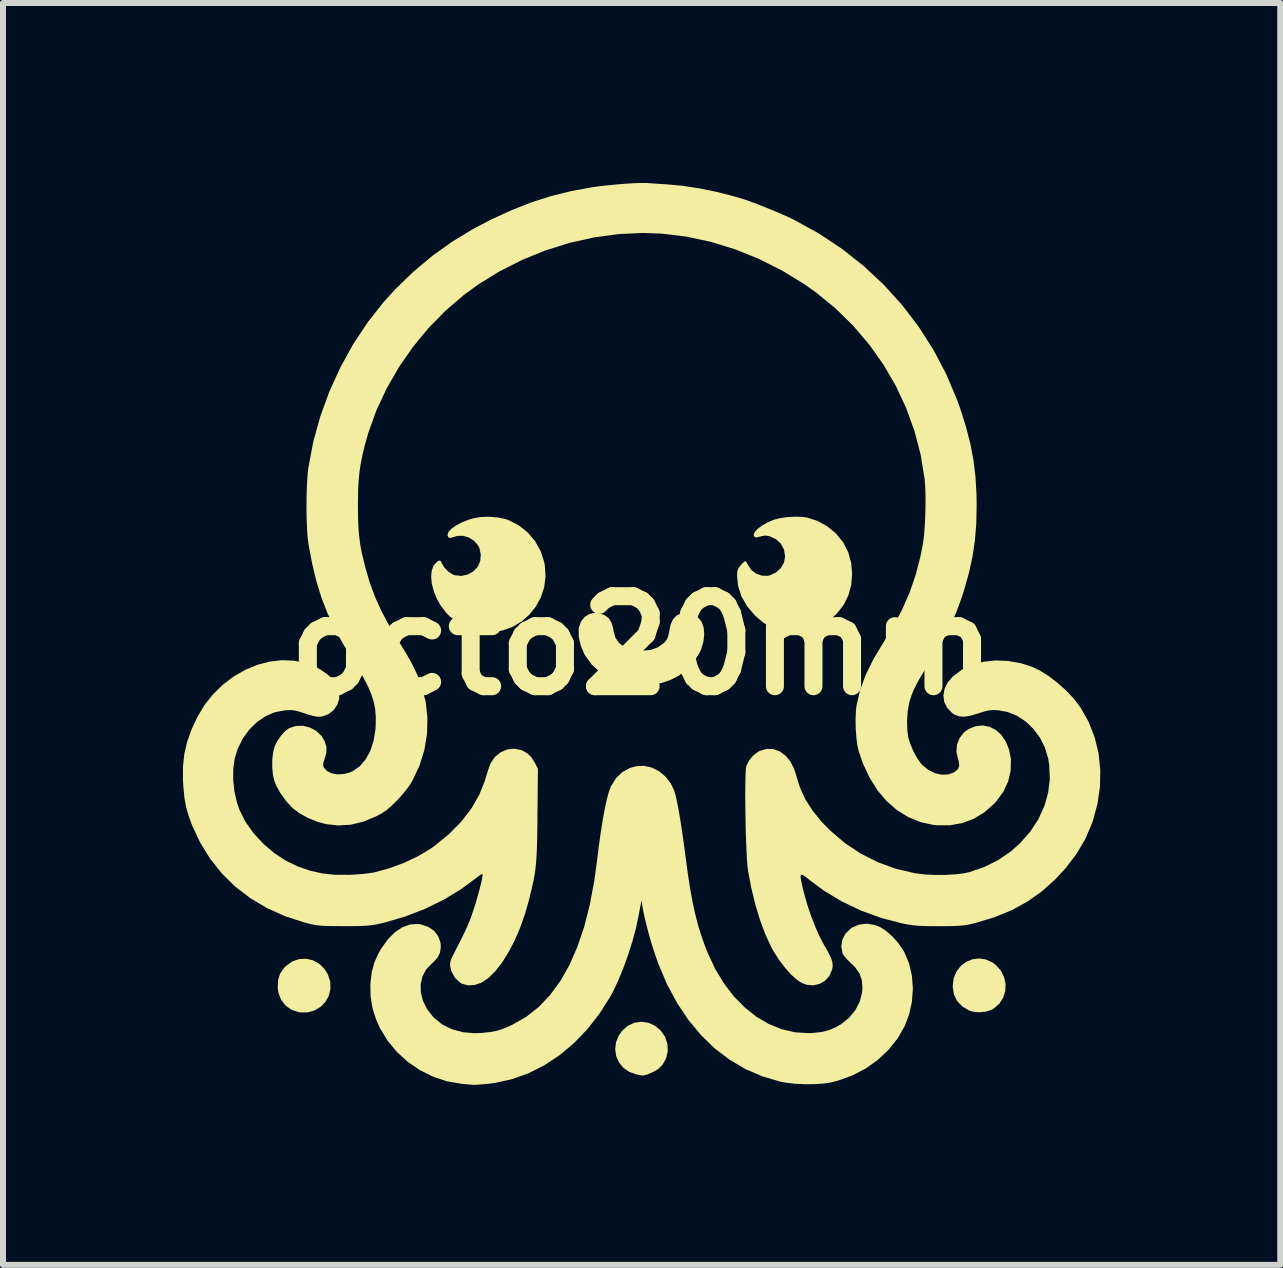
<source format=kicad_pcb>
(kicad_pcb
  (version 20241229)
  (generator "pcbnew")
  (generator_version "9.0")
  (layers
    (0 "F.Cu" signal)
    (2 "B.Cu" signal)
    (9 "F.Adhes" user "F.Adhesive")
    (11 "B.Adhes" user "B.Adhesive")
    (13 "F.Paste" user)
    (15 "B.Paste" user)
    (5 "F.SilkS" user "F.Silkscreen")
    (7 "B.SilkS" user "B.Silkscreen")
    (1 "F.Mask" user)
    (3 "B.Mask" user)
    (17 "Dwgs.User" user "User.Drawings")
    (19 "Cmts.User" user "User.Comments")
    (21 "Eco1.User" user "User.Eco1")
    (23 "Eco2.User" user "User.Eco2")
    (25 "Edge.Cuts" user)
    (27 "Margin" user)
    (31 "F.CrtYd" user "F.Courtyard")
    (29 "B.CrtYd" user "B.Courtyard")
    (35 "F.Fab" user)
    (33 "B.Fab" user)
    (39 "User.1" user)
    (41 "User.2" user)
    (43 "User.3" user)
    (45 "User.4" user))
  (footprint "octo20mm"
    (layer "F.Cu")
    (at 7.653 7.71)
    (property "Reference" "octo20mm" (at 0 0 0) (layer "F.SilkS") (effects (font (size 1.5 1.5) (thickness 0.3))))
    (attr board_only exclude_from_pos_files exclude_from_bom)
    (fp_poly (pts (xy -5.483 5.249) (xy -5.379 5.307) (xy -5.292 5.394) (xy -5.237 5.483) (xy -5.198 5.606) (xy -5.195 5.726) (xy -5.222 5.839) (xy -5.278 5.939) (xy -5.357 6.022) (xy -5.456 6.082) (xy -5.572 6.115) (xy -5.7 6.116) (xy -5.723 6.112) (xy -5.843 6.073) (xy -5.943 6.002) (xy -6.017 5.906) (xy -6.062 5.789) (xy -6.073 5.712) (xy -6.068 5.58) (xy -6.034 5.47) (xy -5.966 5.372) (xy -5.931 5.337) (xy -5.827 5.265) (xy -5.713 5.227) (xy -5.596 5.222)) (stroke (width 0) (type solid)) (fill yes) (layer "F.SilkS"))
    (fp_poly (pts (xy 5.729 5.233) (xy 5.839 5.283) (xy 5.895 5.324) (xy 5.981 5.42) (xy 6.035 5.529) (xy 6.059 5.645) (xy 6.054 5.762) (xy 6.019 5.872) (xy 5.956 5.97) (xy 5.866 6.049) (xy 5.813 6.078) (xy 5.724 6.105) (xy 5.62 6.114) (xy 5.518 6.105) (xy 5.455 6.086) (xy 5.337 6.016) (xy 5.25 5.925) (xy 5.197 5.813) (xy 5.178 5.682) (xy 5.178 5.672) (xy 5.195 5.543) (xy 5.242 5.432) (xy 5.313 5.342) (xy 5.402 5.274) (xy 5.505 5.231) (xy 5.616 5.217)) (stroke (width 0) (type solid)) (fill yes) (layer "F.SilkS"))
    (fp_poly (pts (xy 0.104 6.288) (xy 0.215 6.338) (xy 0.315 6.423) (xy 0.316 6.424) (xy 0.386 6.528) (xy 0.423 6.644) (xy 0.428 6.763) (xy 0.401 6.88) (xy 0.343 6.985) (xy 0.277 7.054) (xy 0.228 7.086) (xy 0.163 7.119) (xy 0.095 7.147) (xy 0.036 7.165) (xy 0.001 7.168) (xy -0.023 7.164) (xy -0.071 7.154) (xy -0.094 7.15) (xy -0.215 7.108) (xy -0.312 7.04) (xy -0.385 6.95) (xy -0.431 6.846) (xy -0.448 6.732) (xy -0.435 6.615) (xy -0.388 6.501) (xy -0.335 6.425) (xy -0.239 6.34) (xy -0.13 6.289) (xy -0.013 6.272)) (stroke (width 0) (type solid)) (fill yes) (layer "F.SilkS"))
    (fp_poly (pts (xy -0.69 -0.533) (xy -0.626 -0.506) (xy -0.556 -0.454) (xy -0.51 -0.384) (xy -0.483 -0.29) (xy -0.476 -0.244) (xy -0.445 -0.131) (xy -0.383 -0.04) (xy -0.292 0.028) (xy -0.173 0.071) (xy -0.029 0.088) (xy -0.01 0.088) (xy 0.14 0.074) (xy 0.263 0.031) (xy 0.363 -0.041) (xy 0.371 -0.048) (xy 0.412 -0.099) (xy 0.436 -0.153) (xy 0.452 -0.23) (xy 0.452 -0.234) (xy 0.476 -0.349) (xy 0.513 -0.433) (xy 0.567 -0.492) (xy 0.592 -0.509) (xy 0.682 -0.542) (xy 0.777 -0.542) (xy 0.869 -0.511) (xy 0.948 -0.452) (xy 0.994 -0.391) (xy 1.027 -0.297) (xy 1.036 -0.184) (xy 1.022 -0.06) (xy 0.985 0.063) (xy 0.966 0.107) (xy 0.898 0.217) (xy 0.807 0.33) (xy 0.705 0.432) (xy 0.61 0.505) (xy 0.483 0.57) (xy 0.332 0.623) (xy 0.17 0.66) (xy 0.009 0.678) (xy -0.137 0.675) (xy -0.166 0.671) (xy -0.361 0.625) (xy -0.541 0.548) (xy -0.702 0.444) (xy -0.839 0.318) (xy -0.946 0.172) (xy -0.965 0.139) (xy -1.022 0.003) (xy -1.054 -0.134) (xy -1.058 -0.262) (xy -1.054 -0.296) (xy -1.02 -0.396) (xy -0.96 -0.474) (xy -0.88 -0.524) (xy -0.788 -0.545)) (stroke (width 0) (type solid)) (fill yes) (layer "F.SilkS"))
    (fp_poly (pts (xy -2.4 -2.134) (xy -2.273 -2.107) (xy -2.228 -2.091) (xy -2.054 -2.002) (xy -1.905 -1.883) (xy -1.783 -1.739) (xy -1.691 -1.573) (xy -1.631 -1.39) (xy -1.621 -1.334) (xy -1.609 -1.148) (xy -1.632 -0.97) (xy -1.687 -0.803) (xy -1.77 -0.65) (xy -1.878 -0.515) (xy -2.007 -0.402) (xy -2.154 -0.313) (xy -2.316 -0.253) (xy -2.49 -0.223) (xy -2.671 -0.228) (xy -2.716 -0.235) (xy -2.9 -0.286) (xy -3.065 -0.371) (xy -3.213 -0.491) (xy -3.265 -0.545) (xy -3.352 -0.659) (xy -3.422 -0.781) (xy -3.473 -0.907) (xy -3.505 -1.031) (xy -3.516 -1.147) (xy -3.506 -1.25) (xy -3.474 -1.335) (xy -3.418 -1.395) (xy -3.401 -1.406) (xy -3.37 -1.417) (xy -3.351 -1.4) (xy -3.34 -1.373) (xy -3.296 -1.299) (xy -3.23 -1.232) (xy -3.155 -1.183) (xy -3.122 -1.171) (xy -3.011 -1.16) (xy -2.904 -1.184) (xy -2.808 -1.239) (xy -2.734 -1.321) (xy -2.732 -1.324) (xy -2.696 -1.416) (xy -2.689 -1.519) (xy -2.71 -1.62) (xy -2.734 -1.668) (xy -2.802 -1.746) (xy -2.889 -1.801) (xy -2.986 -1.829) (xy -3.083 -1.826) (xy -3.127 -1.812) (xy -3.191 -1.793) (xy -3.228 -1.8) (xy -3.243 -1.835) (xy -3.243 -1.846) (xy -3.225 -1.896) (xy -3.175 -1.949) (xy -3.098 -2.003) (xy -3 -2.054) (xy -2.887 -2.098) (xy -2.812 -2.121) (xy -2.685 -2.142) (xy -2.543 -2.146)) (stroke (width 0) (type solid)) (fill yes) (layer "F.SilkS"))
    (fp_poly (pts (xy 2.665 -2.144) (xy 2.754 -2.132) (xy 2.929 -2.075) (xy 3.091 -1.984) (xy 3.234 -1.865) (xy 3.351 -1.721) (xy 3.36 -1.707) (xy 3.439 -1.548) (xy 3.486 -1.374) (xy 3.502 -1.192) (xy 3.486 -1.01) (xy 3.439 -0.836) (xy 3.361 -0.678) (xy 3.246 -0.53) (xy 3.107 -0.408) (xy 2.951 -0.314) (xy 2.781 -0.251) (xy 2.605 -0.22) (xy 2.426 -0.225) (xy 2.335 -0.242) (xy 2.168 -0.298) (xy 2.022 -0.38) (xy 1.887 -0.494) (xy 1.879 -0.503) (xy 1.747 -0.659) (xy 1.654 -0.824) (xy 1.599 -0.997) (xy 1.583 -1.166) (xy 1.587 -1.235) (xy 1.603 -1.284) (xy 1.64 -1.334) (xy 1.643 -1.338) (xy 1.683 -1.379) (xy 1.713 -1.403) (xy 1.721 -1.407) (xy 1.739 -1.391) (xy 1.762 -1.351) (xy 1.766 -1.342) (xy 1.819 -1.26) (xy 1.898 -1.2) (xy 1.992 -1.165) (xy 2.09 -1.161) (xy 2.129 -1.17) (xy 2.234 -1.218) (xy 2.314 -1.291) (xy 2.366 -1.383) (xy 2.384 -1.485) (xy 2.366 -1.599) (xy 2.314 -1.696) (xy 2.233 -1.771) (xy 2.129 -1.82) (xy 2.062 -1.833) (xy 1.999 -1.825) (xy 1.973 -1.817) (xy 1.915 -1.802) (xy 1.882 -1.806) (xy 1.872 -1.813) (xy 1.86 -1.849) (xy 1.88 -1.895) (xy 1.928 -1.946) (xy 1.999 -1.999) (xy 2.09 -2.051) (xy 2.186 -2.093) (xy 2.286 -2.12) (xy 2.409 -2.139) (xy 2.54 -2.147)) (stroke (width 0) (type solid)) (fill yes) (layer "F.SilkS"))
    (fp_poly (pts (xy 6.103 0.258) (xy 6.319 0.297) (xy 6.493 0.352) (xy 6.63 0.417) (xy 6.778 0.51) (xy 6.927 0.624) (xy 7.07 0.752) (xy 7.198 0.888) (xy 7.302 1.025) (xy 7.31 1.036) (xy 7.444 1.274) (xy 7.544 1.529) (xy 7.609 1.796) (xy 7.638 2.073) (xy 7.633 2.355) (xy 7.591 2.64) (xy 7.514 2.925) (xy 7.503 2.957) (xy 7.391 3.22) (xy 7.244 3.471) (xy 7.061 3.712) (xy 6.888 3.898) (xy 6.666 4.097) (xy 6.427 4.267) (xy 6.166 4.41) (xy 5.88 4.528) (xy 5.565 4.623) (xy 5.529 4.632) (xy 5.459 4.649) (xy 5.394 4.661) (xy 5.326 4.669) (xy 5.247 4.674) (xy 5.148 4.677) (xy 5.023 4.679) (xy 4.953 4.679) (xy 4.809 4.678) (xy 4.695 4.676) (xy 4.602 4.672) (xy 4.521 4.664) (xy 4.443 4.653) (xy 4.36 4.637) (xy 4.338 4.633) (xy 3.989 4.543) (xy 3.652 4.42) (xy 3.332 4.268) (xy 3.034 4.089) (xy 2.794 3.911) (xy 2.73 3.859) (xy 2.684 3.828) (xy 2.656 3.82) (xy 2.643 3.837) (xy 2.644 3.883) (xy 2.659 3.959) (xy 2.685 4.07) (xy 2.697 4.118) (xy 2.75 4.309) (xy 2.815 4.503) (xy 2.888 4.69) (xy 2.963 4.86) (xy 3.039 5.003) (xy 3.047 5.016) (xy 3.11 5.126) (xy 3.151 5.212) (xy 3.173 5.283) (xy 3.177 5.345) (xy 3.167 5.405) (xy 3.121 5.509) (xy 3.048 5.589) (xy 2.957 5.642) (xy 2.852 5.665) (xy 2.742 5.655) (xy 2.664 5.626) (xy 2.575 5.568) (xy 2.478 5.479) (xy 2.378 5.366) (xy 2.28 5.236) (xy 2.191 5.095) (xy 2.151 5.022) (xy 2.055 4.815) (xy 1.966 4.576) (xy 1.887 4.315) (xy 1.82 4.038) (xy 1.766 3.753) (xy 1.766 3.751) (xy 1.757 3.678) (xy 1.749 3.576) (xy 1.742 3.449) (xy 1.736 3.305) (xy 1.73 3.146) (xy 1.726 2.98) (xy 1.723 2.812) (xy 1.721 2.646) (xy 1.72 2.488) (xy 1.721 2.343) (xy 1.723 2.217) (xy 1.727 2.115) (xy 1.732 2.042) (xy 1.738 2.008) (xy 1.782 1.918) (xy 1.852 1.834) (xy 1.938 1.769) (xy 1.963 1.756) (xy 2.077 1.723) (xy 2.189 1.727) (xy 2.294 1.765) (xy 2.389 1.834) (xy 2.471 1.932) (xy 2.534 2.056) (xy 2.567 2.159) (xy 2.632 2.369) (xy 2.723 2.567) (xy 2.845 2.757) (xy 3 2.946) (xy 3.14 3.088) (xy 3.384 3.296) (xy 3.65 3.472) (xy 3.935 3.615) (xy 4.234 3.723) (xy 4.546 3.795) (xy 4.582 3.801) (xy 4.728 3.818) (xy 4.89 3.825) (xy 5.056 3.824) (xy 5.215 3.815) (xy 5.357 3.799) (xy 5.451 3.779) (xy 5.697 3.696) (xy 5.93 3.58) (xy 6.143 3.436) (xy 6.303 3.294) (xy 6.471 3.102) (xy 6.606 2.896) (xy 6.705 2.679) (xy 6.769 2.454) (xy 6.797 2.224) (xy 6.787 1.992) (xy 6.769 1.881) (xy 6.714 1.7) (xy 6.631 1.535) (xy 6.523 1.39) (xy 6.395 1.267) (xy 6.25 1.172) (xy 6.093 1.108) (xy 5.929 1.079) (xy 5.856 1.076) (xy 5.793 1.08) (xy 5.727 1.094) (xy 5.645 1.118) (xy 5.6 1.133) (xy 5.473 1.171) (xy 5.371 1.187) (xy 5.287 1.182) (xy 5.215 1.155) (xy 5.168 1.125) (xy 5.086 1.04) (xy 5.037 0.942) (xy 5.023 0.835) (xy 5.042 0.725) (xy 5.094 0.617) (xy 5.18 0.516) (xy 5.183 0.514) (xy 5.331 0.404) (xy 5.501 0.323) (xy 5.69 0.271) (xy 5.892 0.249)) (stroke (width 0) (type solid)) (fill yes) (layer "F.SilkS"))
    (fp_poly (pts (xy -5.802 0.253) (xy -5.607 0.293) (xy -5.423 0.368) (xy -5.363 0.401) (xy -5.239 0.485) (xy -5.148 0.571) (xy -5.086 0.662) (xy -5.08 0.675) (xy -5.047 0.782) (xy -5.049 0.89) (xy -5.082 0.991) (xy -5.142 1.078) (xy -5.226 1.144) (xy -5.33 1.183) (xy -5.352 1.186) (xy -5.407 1.188) (xy -5.475 1.177) (xy -5.565 1.152) (xy -5.62 1.133) (xy -5.712 1.103) (xy -5.781 1.085) (xy -5.841 1.077) (xy -5.904 1.077) (xy -5.956 1.081) (xy -6.12 1.112) (xy -6.275 1.178) (xy -6.419 1.276) (xy -6.547 1.401) (xy -6.655 1.55) (xy -6.739 1.718) (xy -6.789 1.877) (xy -6.814 2.049) (xy -6.816 2.239) (xy -6.795 2.434) (xy -6.752 2.622) (xy -6.711 2.74) (xy -6.611 2.939) (xy -6.477 3.128) (xy -6.316 3.303) (xy -6.133 3.459) (xy -5.934 3.589) (xy -5.742 3.682) (xy -5.537 3.753) (xy -5.335 3.799) (xy -5.124 3.822) (xy -4.892 3.823) (xy -4.885 3.823) (xy -4.769 3.817) (xy -4.654 3.808) (xy -4.552 3.796) (xy -4.475 3.784) (xy -4.465 3.782) (xy -4.214 3.714) (xy -3.968 3.623) (xy -3.737 3.514) (xy -3.53 3.39) (xy -3.463 3.343) (xy -3.219 3.144) (xy -3.013 2.935) (xy -2.845 2.717) (xy -2.714 2.489) (xy -2.619 2.25) (xy -2.607 2.208) (xy -2.58 2.119) (xy -2.553 2.037) (xy -2.529 1.974) (xy -2.52 1.954) (xy -2.449 1.853) (xy -2.356 1.779) (xy -2.249 1.733) (xy -2.133 1.72) (xy -2.018 1.742) (xy -1.997 1.75) (xy -1.91 1.799) (xy -1.841 1.868) (xy -1.784 1.961) (xy -1.736 2.056) (xy -1.744 2.831) (xy -1.746 3.044) (xy -1.749 3.225) (xy -1.753 3.377) (xy -1.759 3.508) (xy -1.767 3.622) (xy -1.778 3.725) (xy -1.792 3.823) (xy -1.81 3.922) (xy -1.833 4.026) (xy -1.861 4.142) (xy -1.885 4.242) (xy -1.954 4.482) (xy -2.035 4.711) (xy -2.127 4.923) (xy -2.228 5.116) (xy -2.334 5.285) (xy -2.445 5.428) (xy -2.557 5.539) (xy -2.669 5.616) (xy -2.688 5.625) (xy -2.794 5.659) (xy -2.899 5.665) (xy -2.994 5.641) (xy -3.03 5.622) (xy -3.118 5.54) (xy -3.176 5.436) (xy -3.196 5.361) (xy -3.201 5.311) (xy -3.195 5.267) (xy -3.177 5.215) (xy -3.142 5.144) (xy -3.136 5.132) (xy -3.058 4.98) (xy -2.995 4.855) (xy -2.945 4.751) (xy -2.904 4.661) (xy -2.87 4.578) (xy -2.84 4.496) (xy -2.811 4.409) (xy -2.774 4.295) (xy -2.74 4.176) (xy -2.709 4.062) (xy -2.683 3.961) (xy -2.666 3.879) (xy -2.658 3.825) (xy -2.657 3.817) (xy -2.668 3.808) (xy -2.703 3.827) (xy -2.75 3.864) (xy -3.011 4.058) (xy -3.3 4.234) (xy -3.612 4.387) (xy -3.94 4.515) (xy -4.276 4.614) (xy -4.361 4.634) (xy -4.434 4.65) (xy -4.502 4.661) (xy -4.571 4.669) (xy -4.65 4.674) (xy -4.746 4.677) (xy -4.868 4.678) (xy -4.982 4.678) (xy -5.123 4.677) (xy -5.232 4.676) (xy -5.318 4.673) (xy -5.387 4.667) (xy -5.449 4.659) (xy -5.51 4.647) (xy -5.578 4.63) (xy -5.628 4.617) (xy -5.951 4.513) (xy -6.251 4.378) (xy -6.528 4.214) (xy -6.779 4.022) (xy -7.003 3.802) (xy -7.199 3.556) (xy -7.367 3.285) (xy -7.501 2.998) (xy -7.558 2.841) (xy -7.6 2.694) (xy -7.628 2.543) (xy -7.645 2.376) (xy -7.653 2.247) (xy -7.653 2.017) (xy -7.63 1.806) (xy -7.583 1.603) (xy -7.509 1.397) (xy -7.413 1.192) (xy -7.291 0.988) (xy -7.146 0.807) (xy -6.982 0.648) (xy -6.802 0.513) (xy -6.611 0.404) (xy -6.412 0.322) (xy -6.208 0.268) (xy -6.004 0.245)) (stroke (width 0) (type solid)) (fill yes) (layer "F.SilkS"))
    (fp_poly (pts (xy 0.162 2.035) (xy 0.283 2.096) (xy 0.39 2.185) (xy 0.477 2.297) (xy 0.538 2.423) (xy 0.559 2.498) (xy 0.583 2.607) (xy 0.61 2.747) (xy 0.638 2.912) (xy 0.667 3.1) (xy 0.696 3.305) (xy 0.723 3.507) (xy 0.761 3.793) (xy 0.8 4.046) (xy 0.841 4.272) (xy 0.885 4.476) (xy 0.934 4.664) (xy 0.989 4.842) (xy 1.051 5.016) (xy 1.097 5.131) (xy 1.221 5.396) (xy 1.366 5.635) (xy 1.529 5.848) (xy 1.709 6.031) (xy 1.901 6.185) (xy 2.106 6.306) (xy 2.32 6.394) (xy 2.542 6.447) (xy 2.769 6.462) (xy 2.833 6.46) (xy 2.986 6.444) (xy 3.113 6.413) (xy 3.23 6.363) (xy 3.316 6.313) (xy 3.451 6.205) (xy 3.556 6.077) (xy 3.63 5.933) (xy 3.668 5.779) (xy 3.673 5.695) (xy 3.662 5.573) (xy 3.624 5.468) (xy 3.557 5.37) (xy 3.476 5.29) (xy 3.418 5.234) (xy 3.37 5.178) (xy 3.343 5.135) (xy 3.342 5.132) (xy 3.321 5.017) (xy 3.337 4.907) (xy 3.388 4.807) (xy 3.472 4.723) (xy 3.506 4.7) (xy 3.621 4.651) (xy 3.748 4.637) (xy 3.879 4.659) (xy 3.97 4.695) (xy 4.067 4.757) (xy 4.169 4.847) (xy 4.265 4.954) (xy 4.346 5.068) (xy 4.372 5.113) (xy 4.451 5.301) (xy 4.498 5.506) (xy 4.514 5.72) (xy 4.498 5.938) (xy 4.451 6.152) (xy 4.377 6.345) (xy 4.26 6.55) (xy 4.11 6.738) (xy 3.932 6.906) (xy 3.73 7.05) (xy 3.508 7.166) (xy 3.269 7.253) (xy 3.161 7.281) (xy 3.031 7.302) (xy 2.875 7.312) (xy 2.708 7.313) (xy 2.541 7.305) (xy 2.387 7.286) (xy 2.31 7.272) (xy 2.01 7.184) (xy 1.726 7.062) (xy 1.459 6.905) (xy 1.21 6.716) (xy 0.981 6.494) (xy 0.771 6.24) (xy 0.582 5.957) (xy 0.414 5.643) (xy 0.269 5.301) (xy 0.199 5.1) (xy 0.159 4.972) (xy 0.12 4.837) (xy 0.084 4.703) (xy 0.052 4.575) (xy 0.027 4.463) (xy 0.009 4.371) (xy 0.000362 4.308) (xy 0 4.298) (xy -0.002 4.265) (xy -0.008 4.265) (xy -0.018 4.299) (xy -0.033 4.369) (xy -0.053 4.477) (xy -0.057 4.497) (xy -0.101 4.707) (xy -0.161 4.931) (xy -0.234 5.16) (xy -0.315 5.385) (xy -0.402 5.595) (xy -0.49 5.78) (xy -0.529 5.852) (xy -0.712 6.14) (xy -0.915 6.4) (xy -1.138 6.63) (xy -1.376 6.83) (xy -1.63 6.998) (xy -1.896 7.132) (xy -2.172 7.23) (xy -2.457 7.293) (xy -2.575 7.307) (xy -2.664 7.315) (xy -2.74 7.321) (xy -2.794 7.324) (xy -2.814 7.324) (xy -2.846 7.321) (xy -2.906 7.316) (xy -2.982 7.309) (xy -3.009 7.306) (xy -3.251 7.265) (xy -3.484 7.188) (xy -3.703 7.079) (xy -3.905 6.941) (xy -4.086 6.776) (xy -4.242 6.588) (xy -4.368 6.381) (xy -4.433 6.236) (xy -4.494 6.045) (xy -4.525 5.858) (xy -4.529 5.658) (xy -4.528 5.629) (xy -4.506 5.443) (xy -4.46 5.276) (xy -4.385 5.114) (xy -4.346 5.049) (xy -4.238 4.898) (xy -4.121 4.78) (xy -3.998 4.698) (xy -3.87 4.651) (xy -3.74 4.642) (xy -3.683 4.65) (xy -3.562 4.692) (xy -3.465 4.759) (xy -3.397 4.848) (xy -3.36 4.954) (xy -3.355 5.023) (xy -3.367 5.116) (xy -3.405 5.197) (xy -3.473 5.274) (xy -3.509 5.305) (xy -3.602 5.404) (xy -3.663 5.521) (xy -3.691 5.649) (xy -3.688 5.784) (xy -3.653 5.922) (xy -3.586 6.057) (xy -3.489 6.184) (xy -3.465 6.209) (xy -3.329 6.318) (xy -3.17 6.397) (xy -2.99 6.446) (xy -2.793 6.463) (xy -2.668 6.458) (xy -2.539 6.444) (xy -2.433 6.425) (xy -2.334 6.396) (xy -2.228 6.352) (xy -2.159 6.32) (xy -1.932 6.19) (xy -1.723 6.026) (xy -1.534 5.827) (xy -1.363 5.594) (xy -1.212 5.328) (xy -1.08 5.027) (xy -0.966 4.692) (xy -0.872 4.323) (xy -0.796 3.92) (xy -0.752 3.595) (xy -0.72 3.338) (xy -0.687 3.103) (xy -0.653 2.892) (xy -0.619 2.708) (xy -0.585 2.555) (xy -0.552 2.435) (xy -0.521 2.351) (xy -0.517 2.343) (xy -0.432 2.209) (xy -0.329 2.11) (xy -0.206 2.043) (xy -0.096 2.012) (xy 0.034 2.006)) (stroke (width 0) (type solid)) (fill yes) (layer "F.SilkS"))
    (fp_poly (pts (xy 0.067 -7.71) (xy 0.099 -7.708) (xy 0.156 -7.704) (xy 0.239 -7.698) (xy 0.334 -7.692) (xy 0.391 -7.689) (xy 0.667 -7.664) (xy 0.963 -7.619) (xy 1.268 -7.556) (xy 1.569 -7.477) (xy 1.701 -7.437) (xy 1.802 -7.402) (xy 1.929 -7.354) (xy 2.07 -7.298) (xy 2.214 -7.239) (xy 2.352 -7.18) (xy 2.472 -7.125) (xy 2.542 -7.091) (xy 2.953 -6.864) (xy 3.339 -6.607) (xy 3.699 -6.322) (xy 4.032 -6.01) (xy 4.337 -5.673) (xy 4.612 -5.312) (xy 4.857 -4.928) (xy 5.07 -4.524) (xy 5.249 -4.099) (xy 5.304 -3.948) (xy 5.399 -3.646) (xy 5.472 -3.363) (xy 5.525 -3.087) (xy 5.558 -2.807) (xy 5.575 -2.51) (xy 5.577 -2.335) (xy 5.571 -2.033) (xy 5.548 -1.752) (xy 5.508 -1.481) (xy 5.448 -1.207) (xy 5.366 -0.918) (xy 5.331 -0.808) (xy 5.242 -0.564) (xy 5.136 -0.324) (xy 5.009 -0.078) (xy 4.856 0.181) (xy 4.803 0.265) (xy 4.708 0.416) (xy 4.632 0.542) (xy 4.574 0.647) (xy 4.528 0.739) (xy 4.494 0.822) (xy 4.467 0.904) (xy 4.453 0.953) (xy 4.428 1.095) (xy 4.417 1.253) (xy 4.421 1.409) (xy 4.437 1.528) (xy 4.47 1.64) (xy 4.521 1.76) (xy 4.583 1.874) (xy 4.649 1.967) (xy 4.671 1.992) (xy 4.77 2.073) (xy 4.88 2.128) (xy 4.994 2.154) (xy 5.103 2.15) (xy 5.2 2.114) (xy 5.205 2.111) (xy 5.263 2.063) (xy 5.287 2.006) (xy 5.28 1.933) (xy 5.265 1.887) (xy 5.24 1.769) (xy 5.25 1.652) (xy 5.292 1.543) (xy 5.365 1.45) (xy 5.442 1.393) (xy 5.562 1.345) (xy 5.68 1.333) (xy 5.793 1.355) (xy 5.896 1.408) (xy 5.987 1.489) (xy 6.061 1.597) (xy 6.115 1.728) (xy 6.146 1.879) (xy 6.148 1.9) (xy 6.144 2.085) (xy 6.103 2.264) (xy 6.024 2.434) (xy 5.907 2.595) (xy 5.872 2.634) (xy 5.71 2.778) (xy 5.532 2.887) (xy 5.339 2.96) (xy 5.133 2.997) (xy 4.916 2.997) (xy 4.858 2.991) (xy 4.641 2.944) (xy 4.438 2.861) (xy 4.25 2.745) (xy 4.079 2.596) (xy 3.926 2.416) (xy 3.794 2.207) (xy 3.683 1.971) (xy 3.61 1.758) (xy 3.587 1.655) (xy 3.571 1.525) (xy 3.561 1.381) (xy 3.559 1.235) (xy 3.564 1.099) (xy 3.575 1.001) (xy 3.633 0.749) (xy 3.728 0.489) (xy 3.859 0.223) (xy 3.99 0.005) (xy 4.178 -0.301) (xy 4.334 -0.597) (xy 4.462 -0.889) (xy 4.563 -1.185) (xy 4.642 -1.492) (xy 4.682 -1.7) (xy 4.698 -1.817) (xy 4.71 -1.962) (xy 4.719 -2.125) (xy 4.724 -2.295) (xy 4.725 -2.462) (xy 4.721 -2.615) (xy 4.713 -2.743) (xy 4.71 -2.774) (xy 4.644 -3.179) (xy 4.541 -3.575) (xy 4.402 -3.958) (xy 4.23 -4.328) (xy 4.024 -4.681) (xy 3.788 -5.015) (xy 3.521 -5.328) (xy 3.227 -5.617) (xy 2.905 -5.881) (xy 2.696 -6.029) (xy 2.324 -6.255) (xy 1.939 -6.448) (xy 1.545 -6.606) (xy 1.144 -6.729) (xy 0.74 -6.816) (xy 0.335 -6.865) (xy 0.014 -6.877) (xy -0.394 -6.858) (xy -0.803 -6.802) (xy -1.211 -6.711) (xy -1.611 -6.585) (xy -2 -6.427) (xy -2.374 -6.238) (xy -2.728 -6.02) (xy -2.967 -5.846) (xy -3.275 -5.582) (xy -3.561 -5.291) (xy -3.821 -4.975) (xy -4.054 -4.639) (xy -4.257 -4.286) (xy -4.428 -3.921) (xy -4.563 -3.546) (xy -4.621 -3.342) (xy -4.66 -3.18) (xy -4.689 -3.036) (xy -4.71 -2.899) (xy -4.724 -2.759) (xy -4.733 -2.605) (xy -4.736 -2.426) (xy -4.737 -2.345) (xy -4.735 -2.146) (xy -4.729 -1.975) (xy -4.716 -1.822) (xy -4.697 -1.676) (xy -4.668 -1.527) (xy -4.629 -1.364) (xy -4.611 -1.294) (xy -4.538 -1.044) (xy -4.449 -0.805) (xy -4.342 -0.569) (xy -4.212 -0.325) (xy -4.056 -0.067) (xy -4.042 -0.045) (xy -3.922 0.15) (xy -3.825 0.325) (xy -3.748 0.486) (xy -3.687 0.642) (xy -3.674 0.68) (xy -3.607 0.941) (xy -3.578 1.208) (xy -3.585 1.476) (xy -3.629 1.741) (xy -3.709 1.999) (xy -3.824 2.245) (xy -3.851 2.292) (xy -3.905 2.372) (xy -3.98 2.466) (xy -4.063 2.56) (xy -4.102 2.6) (xy -4.19 2.685) (xy -4.266 2.749) (xy -4.342 2.799) (xy -4.428 2.846) (xy -4.435 2.849) (xy -4.648 2.937) (xy -4.856 2.987) (xy -5.062 3) (xy -5.266 2.978) (xy -5.415 2.938) (xy -5.567 2.876) (xy -5.707 2.799) (xy -5.824 2.712) (xy -5.839 2.697) (xy -5.936 2.59) (xy -6.025 2.466) (xy -6.096 2.34) (xy -6.129 2.26) (xy -6.153 2.157) (xy -6.165 2.032) (xy -6.164 1.901) (xy -6.15 1.778) (xy -6.125 1.682) (xy -6.082 1.595) (xy -6.022 1.507) (xy -5.955 1.432) (xy -5.889 1.381) (xy -5.883 1.378) (xy -5.772 1.342) (xy -5.654 1.338) (xy -5.539 1.366) (xy -5.434 1.422) (xy -5.347 1.503) (xy -5.293 1.591) (xy -5.262 1.687) (xy -5.262 1.782) (xy -5.291 1.889) (xy -5.292 1.892) (xy -5.313 1.953) (xy -5.317 1.994) (xy -5.307 2.028) (xy -5.303 2.036) (xy -5.252 2.093) (xy -5.175 2.131) (xy -5.081 2.148) (xy -4.978 2.144) (xy -4.874 2.117) (xy -4.823 2.095) (xy -4.705 2.012) (xy -4.607 1.897) (xy -4.529 1.754) (xy -4.475 1.585) (xy -4.444 1.395) (xy -4.44 1.325) (xy -4.439 1.189) (xy -4.449 1.063) (xy -4.473 0.94) (xy -4.512 0.815) (xy -4.569 0.682) (xy -4.645 0.534) (xy -4.743 0.366) (xy -4.824 0.237) (xy -4.99 -0.037) (xy -5.131 -0.296) (xy -5.248 -0.547) (xy -5.346 -0.801) (xy -5.428 -1.067) (xy -5.497 -1.352) (xy -5.557 -1.667) (xy -5.561 -1.69) (xy -5.575 -1.802) (xy -5.585 -1.944) (xy -5.591 -2.107) (xy -5.594 -2.282) (xy -5.593 -2.46) (xy -5.588 -2.633) (xy -5.58 -2.792) (xy -5.568 -2.927) (xy -5.561 -2.974) (xy -5.48 -3.402) (xy -5.362 -3.824) (xy -5.211 -4.238) (xy -5.027 -4.64) (xy -4.815 -5.024) (xy -4.574 -5.387) (xy -4.308 -5.725) (xy -4.114 -5.938) (xy -3.808 -6.234) (xy -3.495 -6.496) (xy -3.168 -6.73) (xy -2.819 -6.942) (xy -2.511 -7.103) (xy -2.17 -7.259) (xy -1.842 -7.388) (xy -1.519 -7.491) (xy -1.189 -7.573) (xy -0.844 -7.637) (xy -0.828 -7.639) (xy -0.701 -7.657) (xy -0.561 -7.672) (xy -0.415 -7.686) (xy -0.271 -7.698) (xy -0.137 -7.706) (xy -0.022 -7.71)) (stroke (width 0) (type solid)) (fill yes) (layer "F.SilkS")))
  (gr_rect
    (start -3 -3)
    (end 18.291 18.034)
    (stroke (width 0.1) (type default))
    (fill no)
    (layer "Edge.Cuts")))
</source>
